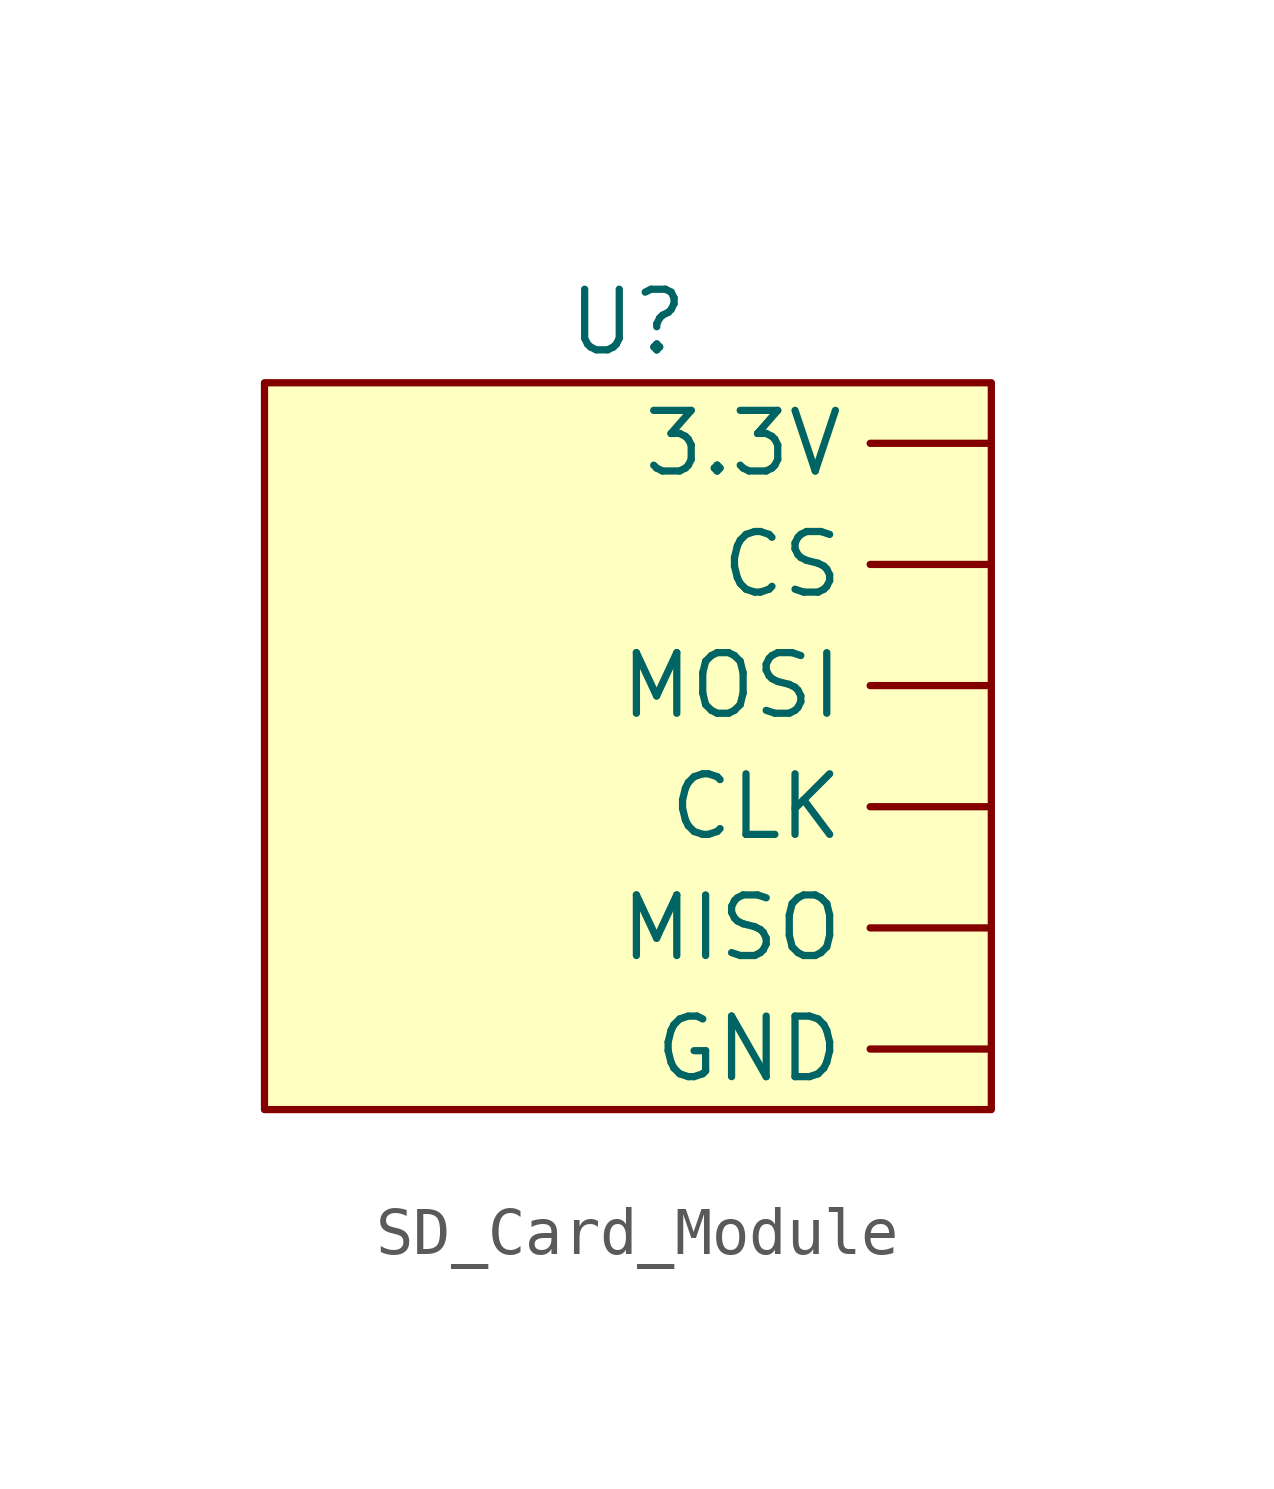
<source format=kicad_sym>
(kicad_symbol_lib
  (version 20241209)
  (generator "kicad_symbol_editor")
  (generator_version "9.0")
  (symbol "SD_Card_Module"
    (property "Reference" "U"
      (at 0 8.89 0)
      (effects (font (size 1.27 1.27))))
    (property "Value" ""
      (at 0 0 0)
      (effects (font (size 1.27 1.27))))
    (symbol "SD_Card_Module_1_1"
      (rectangle (start -7.62 7.62) (end 7.62 -7.62) (stroke (width 0) (type solid)) (fill (type background)))
      (pin input line (at 7.62 6.35 180) (length 2.54) (name "3.3V" (effects (font (size 1.27 1.27)))) (number "" (effects (font (size 1.27 1.27)))))
      (pin input line (at 7.62 3.81 180) (length 2.54) (name "CS" (effects (font (size 1.27 1.27)))) (number "" (effects (font (size 1.27 1.27)))))
      (pin input line (at 7.62 1.27 180) (length 2.54) (name "MOSI" (effects (font (size 1.27 1.27)))) (number "" (effects (font (size 1.27 1.27)))))
      (pin input line (at 7.62 -1.27 180) (length 2.54) (name "CLK" (effects (font (size 1.27 1.27)))) (number "" (effects (font (size 1.27 1.27)))))
      (pin input line (at 7.62 -3.81 180) (length 2.54) (name "MISO" (effects (font (size 1.27 1.27)))) (number "" (effects (font (size 1.27 1.27)))))
      (pin input line (at 7.62 -6.35 180) (length 2.54) (name "GND" (effects (font (size 1.27 1.27)))) (number "" (effects (font (size 1.27 1.27))))))))
</source>
